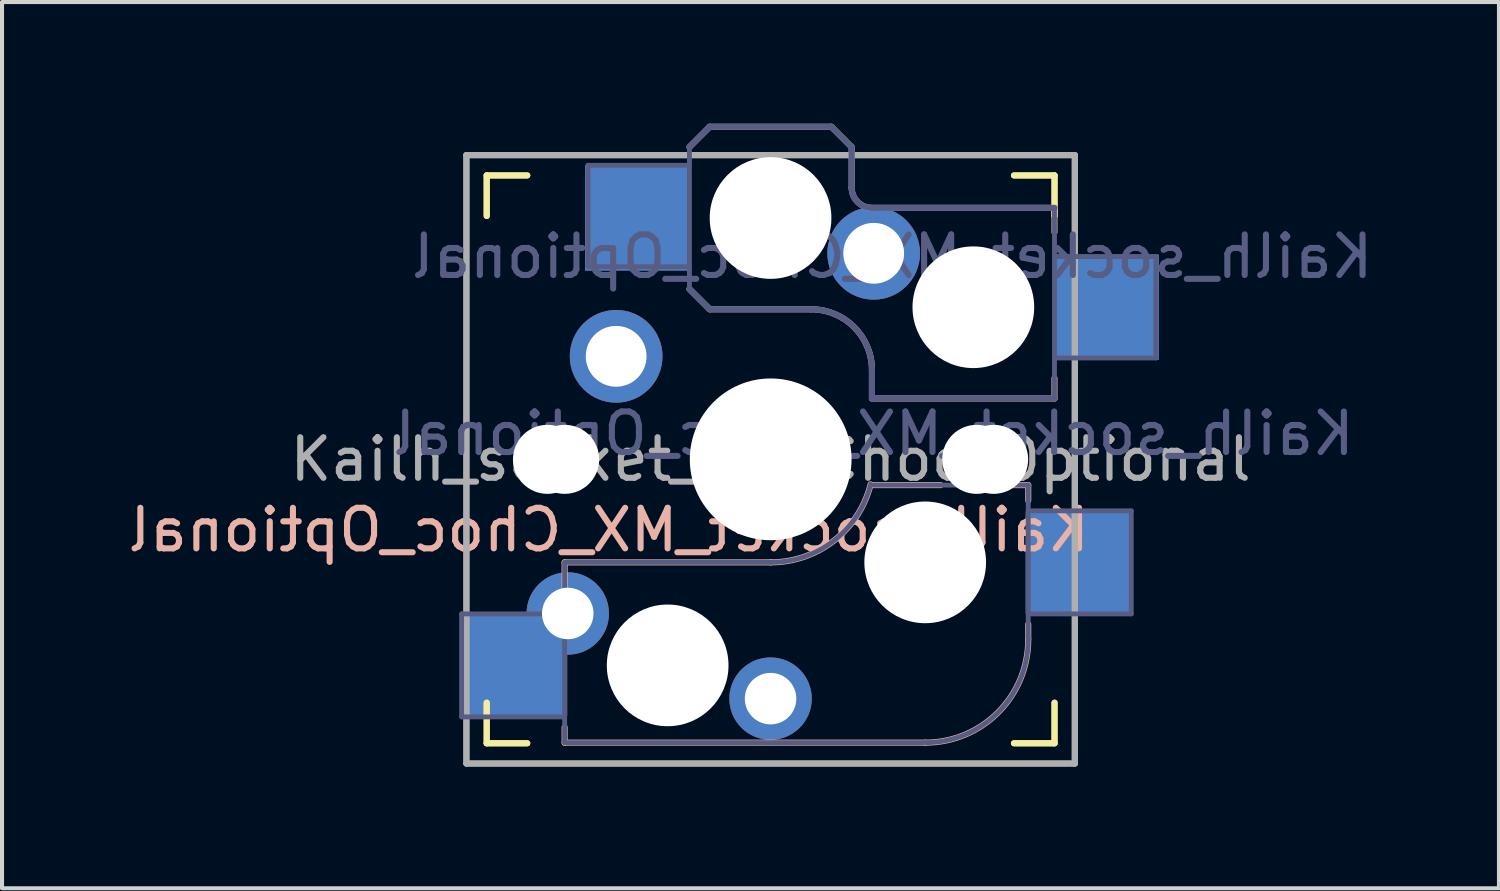
<source format=kicad_pcb>
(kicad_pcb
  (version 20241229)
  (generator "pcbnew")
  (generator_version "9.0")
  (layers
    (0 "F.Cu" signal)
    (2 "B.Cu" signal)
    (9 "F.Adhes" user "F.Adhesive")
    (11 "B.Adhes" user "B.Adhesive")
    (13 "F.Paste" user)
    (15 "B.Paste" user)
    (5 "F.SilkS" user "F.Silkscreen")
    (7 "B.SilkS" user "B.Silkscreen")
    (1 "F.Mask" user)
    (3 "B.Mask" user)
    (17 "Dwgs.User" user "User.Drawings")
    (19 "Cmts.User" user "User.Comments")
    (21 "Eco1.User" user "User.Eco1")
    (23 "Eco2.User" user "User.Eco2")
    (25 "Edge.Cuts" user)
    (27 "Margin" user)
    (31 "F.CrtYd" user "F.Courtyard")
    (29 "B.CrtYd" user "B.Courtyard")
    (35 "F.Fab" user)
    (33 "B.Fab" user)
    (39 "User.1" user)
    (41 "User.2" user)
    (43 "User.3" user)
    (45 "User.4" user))
  (footprint "Kailh_socket_MX_Choc_Optional"
    (layer "F.Cu")
    (at 15.948 8.275)
    (property "Reference" "Kailh_socket_MX_Choc_Optional" (at -3.99 1.74 180) (layer "B.SilkS") (effects (font (size 1 1) (thickness 0.15)) (justify mirror)))
    (property "Value" "Kailh_socket_MX_Choc_Optional" (at 0 8.25 0) (layer "F.Fab") (hide yes) (effects (font (size 1 1) (thickness 0.15))))
    (attr through_hole)
    (fp_line (start -7 -6) (end -7 -7) (stroke (width 0.15) (type solid)) (layer "F.SilkS"))
    (fp_line (start -7 7) (end -7 6) (stroke (width 0.15) (type solid)) (layer "F.SilkS"))
    (fp_line (start -7 7) (end -6 7) (stroke (width 0.15) (type solid)) (layer "F.SilkS"))
    (fp_line (start -6.997 -6) (end -6.997 -7) (stroke (width 0.15) (type solid)) (layer "F.SilkS"))
    (fp_line (start -6.997 7) (end -6.997 6) (stroke (width 0.15) (type solid)) (layer "F.SilkS"))
    (fp_line (start -6.997 7) (end -5.997 7) (stroke (width 0.15) (type solid)) (layer "F.SilkS"))
    (fp_line (start -6 -7) (end -7 -7) (stroke (width 0.15) (type solid)) (layer "F.SilkS"))
    (fp_line (start -5.997 -7) (end -6.997 -7) (stroke (width 0.15) (type solid)) (layer "F.SilkS"))
    (fp_line (start 6 7) (end 7 7) (stroke (width 0.15) (type solid)) (layer "F.SilkS"))
    (fp_line (start 6.003 7) (end 7.003 7) (stroke (width 0.15) (type solid)) (layer "F.SilkS"))
    (fp_line (start 7 -7) (end 6 -7) (stroke (width 0.15) (type solid)) (layer "F.SilkS"))
    (fp_line (start 7 -7) (end 7 -6) (stroke (width 0.15) (type solid)) (layer "F.SilkS"))
    (fp_line (start 7 6) (end 7 7) (stroke (width 0.15) (type solid)) (layer "F.SilkS"))
    (fp_line (start 7.003 -7) (end 6.003 -7) (stroke (width 0.15) (type solid)) (layer "F.SilkS"))
    (fp_line (start 7.003 -7) (end 7.003 -6) (stroke (width 0.15) (type solid)) (layer "F.SilkS"))
    (fp_line (start 7.003 6) (end 7.003 7) (stroke (width 0.15) (type solid)) (layer "F.SilkS"))
    (fp_line (start -5.077 2.54) (end -5.077 3.556) (stroke (width 0.15) (type solid)) (layer "B.SilkS"))
    (fp_line (start -5.077 6.604) (end -5.077 6.985) (stroke (width 0.15) (type solid)) (layer "B.SilkS"))
    (fp_line (start -5.077 6.985) (end 3.813 6.985) (stroke (width 0.15) (type solid)) (layer "B.SilkS"))
    (fp_line (start -2 -7.7) (end -1.5 -8.2) (stroke (width 0.15) (type solid)) (layer "B.SilkS"))
    (fp_line (start -2 -4.2) (end -1.5 -3.7) (stroke (width 0.15) (type solid)) (layer "B.SilkS"))
    (fp_line (start -1.5 -8.2) (end 1.5 -8.2) (stroke (width 0.15) (type solid)) (layer "B.SilkS"))
    (fp_line (start -1.5 -3.7) (end 1 -3.7) (stroke (width 0.15) (type solid)) (layer "B.SilkS"))
    (fp_line (start 0.003 2.54) (end -5.077 2.54) (stroke (width 0.15) (type solid)) (layer "B.SilkS"))
    (fp_line (start 1.5 -8.2) (end 2 -7.7) (stroke (width 0.15) (type solid)) (layer "B.SilkS"))
    (fp_line (start 2 -6.7) (end 2 -7.7) (stroke (width 0.15) (type solid)) (layer "B.SilkS"))
    (fp_line (start 2.5 -2.2) (end 2.5 -1.5) (stroke (width 0.15) (type solid)) (layer "B.SilkS"))
    (fp_line (start 2.5 -1.5) (end 7 -1.5) (stroke (width 0.15) (type solid)) (layer "B.SilkS"))
    (fp_line (start 4.194 0.635) (end 2.543 0.635) (stroke (width 0.15) (type solid)) (layer "B.SilkS"))
    (fp_line (start 6.353 0.635) (end 5.972 0.635) (stroke (width 0.15) (type solid)) (layer "B.SilkS"))
    (fp_line (start 6.353 1.016) (end 6.353 0.635) (stroke (width 0.15) (type solid)) (layer "B.SilkS"))
    (fp_line (start 6.353 4.445) (end 6.353 4.064) (stroke (width 0.15) (type solid)) (layer "B.SilkS"))
    (fp_line (start 7 -6.2) (end 2.5 -6.2) (stroke (width 0.15) (type solid)) (layer "B.SilkS"))
    (fp_line (start 7 -5.6) (end 7 -6.2) (stroke (width 0.15) (type solid)) (layer "B.SilkS"))
    (fp_line (start 7 -1.5) (end 7 -2) (stroke (width 0.15) (type solid)) (layer "B.SilkS"))
    (fp_arc (start 1 -3.7) (mid 2.06066 -3.26066) (end 2.5 -2.2) (stroke (width 0.15) (type solid)) (layer "B.SilkS"))
    (fp_arc (start 2.467162 0.61604) (mid 1.566147 2.002042) (end 0.003 2.54) (stroke (width 0.15) (type solid)) (layer "B.SilkS"))
    (fp_arc (start 2.5 -6.2) (mid 2.146447 -6.346447) (end 2 -6.7) (stroke (width 0.15) (type solid)) (layer "B.SilkS"))
    (fp_arc (start 6.353 4.445) (mid 5.609051 6.241051) (end 3.813 6.985) (stroke (width 0.15) (type solid)) (layer "B.SilkS"))
    (fp_line (start -6.9 6.9) (end -6.9 -6.9) (stroke (width 0.15) (type solid)) (layer "Eco2.User"))
    (fp_line (start -6.9 6.9) (end 6.9 6.9) (stroke (width 0.15) (type solid)) (layer "Eco2.User"))
    (fp_line (start -6.897 6.9) (end -6.897 -6.9) (stroke (width 0.15) (type solid)) (layer "Eco2.User"))
    (fp_line (start -6.897 6.9) (end 6.903 6.9) (stroke (width 0.15) (type solid)) (layer "Eco2.User"))
    (fp_line (start 6.9 -6.9) (end -6.9 -6.9) (stroke (width 0.15) (type solid)) (layer "Eco2.User"))
    (fp_line (start 6.9 -6.9) (end 6.9 6.9) (stroke (width 0.15) (type solid)) (layer "Eco2.User"))
    (fp_line (start 6.903 -6.9) (end -6.897 -6.9) (stroke (width 0.15) (type solid)) (layer "Eco2.User"))
    (fp_line (start 6.903 -6.9) (end 6.903 6.9) (stroke (width 0.15) (type solid)) (layer "Eco2.User"))
    (fp_line (start -7.617 3.81) (end -7.617 6.35) (stroke (width 0.12) (type solid)) (layer "B.Fab"))
    (fp_line (start -7.617 6.35) (end -5.077 6.35) (stroke (width 0.12) (type solid)) (layer "B.Fab"))
    (fp_line (start -5.077 2.54) (end -5.077 6.985) (stroke (width 0.12) (type solid)) (layer "B.Fab"))
    (fp_line (start -5.077 3.81) (end -7.617 3.81) (stroke (width 0.12) (type solid)) (layer "B.Fab"))
    (fp_line (start -5.077 6.985) (end 3.813 6.985) (stroke (width 0.12) (type solid)) (layer "B.Fab"))
    (fp_line (start -4.5 -7.25) (end -2 -7.25) (stroke (width 0.12) (type solid)) (layer "B.Fab"))
    (fp_line (start -4.5 -4.75) (end -4.5 -7.25) (stroke (width 0.12) (type solid)) (layer "B.Fab"))
    (fp_line (start -2 -7.7) (end -1.5 -8.2) (stroke (width 0.15) (type solid)) (layer "B.Fab"))
    (fp_line (start -2 -4.75) (end -4.5 -4.75) (stroke (width 0.12) (type solid)) (layer "B.Fab"))
    (fp_line (start -2 -4.25) (end -2 -7.7) (stroke (width 0.12) (type solid)) (layer "B.Fab"))
    (fp_line (start -2 -4.2) (end -1.5 -3.7) (stroke (width 0.15) (type solid)) (layer "B.Fab"))
    (fp_line (start -1.5 -8.2) (end 1.5 -8.2) (stroke (width 0.15) (type solid)) (layer "B.Fab"))
    (fp_line (start -1.5 -3.7) (end 1 -3.7) (stroke (width 0.15) (type solid)) (layer "B.Fab"))
    (fp_line (start 0.003 2.54) (end -5.077 2.54) (stroke (width 0.12) (type solid)) (layer "B.Fab"))
    (fp_line (start 1.5 -8.2) (end 2 -7.7) (stroke (width 0.15) (type solid)) (layer "B.Fab"))
    (fp_line (start 2 -6.7) (end 2 -7.7) (stroke (width 0.15) (type solid)) (layer "B.Fab"))
    (fp_line (start 2.5 -2.2) (end 2.5 -1.5) (stroke (width 0.15) (type solid)) (layer "B.Fab"))
    (fp_line (start 2.5 -1.5) (end 7 -1.5) (stroke (width 0.15) (type solid)) (layer "B.Fab"))
    (fp_line (start 6.353 0.635) (end 2.543 0.635) (stroke (width 0.12) (type solid)) (layer "B.Fab"))
    (fp_line (start 6.353 3.81) (end 8.893 3.81) (stroke (width 0.12) (type solid)) (layer "B.Fab"))
    (fp_line (start 6.353 4.445) (end 6.353 0.635) (stroke (width 0.12) (type solid)) (layer "B.Fab"))
    (fp_line (start 7 -6.2) (end 2.5 -6.2) (stroke (width 0.15) (type solid)) (layer "B.Fab"))
    (fp_line (start 7 -5) (end 9.5 -5) (stroke (width 0.12) (type solid)) (layer "B.Fab"))
    (fp_line (start 7 -1.5) (end 7 -6.2) (stroke (width 0.12) (type solid)) (layer "B.Fab"))
    (fp_line (start 8.893 1.27) (end 6.353 1.27) (stroke (width 0.12) (type solid)) (layer "B.Fab"))
    (fp_line (start 8.893 3.81) (end 8.893 1.27) (stroke (width 0.12) (type solid)) (layer "B.Fab"))
    (fp_line (start 9.5 -5) (end 9.5 -2.5) (stroke (width 0.12) (type solid)) (layer "B.Fab"))
    (fp_line (start 9.5 -2.5) (end 7 -2.5) (stroke (width 0.12) (type solid)) (layer "B.Fab"))
    (fp_arc (start 1 -3.7) (mid 2.06066 -3.26066) (end 2.5 -2.2) (stroke (width 0.15) (type solid)) (layer "B.Fab"))
    (fp_arc (start 2.467162 0.61604) (mid 1.566147 2.002042) (end 0.003 2.54) (stroke (width 0.12) (type solid)) (layer "B.Fab"))
    (fp_arc (start 2.5 -6.2) (mid 2.146447 -6.346447) (end 2 -6.7) (stroke (width 0.15) (type solid)) (layer "B.Fab"))
    (fp_arc (start 6.353 4.445) (mid 5.609051 6.241051) (end 3.813 6.985) (stroke (width 0.12) (type solid)) (layer "B.Fab"))
    (fp_line (start -7.5 -7.5) (end 7.5 -7.5) (stroke (width 0.15) (type solid)) (layer "F.Fab"))
    (fp_line (start -7.5 7.5) (end -7.5 -7.5) (stroke (width 0.15) (type solid)) (layer "F.Fab"))
    (fp_line (start -7.497 -7.5) (end 7.503 -7.5) (stroke (width 0.15) (type solid)) (layer "F.Fab"))
    (fp_line (start -7.497 7.5) (end -7.497 -7.5) (stroke (width 0.15) (type solid)) (layer "F.Fab"))
    (fp_line (start 7.5 -7.5) (end 7.5 7.5) (stroke (width 0.15) (type solid)) (layer "F.Fab"))
    (fp_line (start 7.5 7.5) (end -7.5 7.5) (stroke (width 0.15) (type solid)) (layer "F.Fab"))
    (fp_line (start 7.503 -7.5) (end 7.503 7.5) (stroke (width 0.15) (type solid)) (layer "F.Fab"))
    (fp_line (start 7.503 7.5) (end -7.497 7.5) (stroke (width 0.15) (type solid)) (layer "F.Fab"))
    (fp_text user "" (at 1.908 5.08 0) (layer "B.Fab") (effects (font (size 1 1) (thickness 0.15)) (justify mirror)))
    (fp_text user "${VALUE}" (at 2.54 -0.635 0) (layer "B.Fab") (effects (font (size 1 1) (thickness 0.15)) (justify mirror)))
    (fp_text user "${REFERENCE}" (at 3 -5 180) (layer "B.Fab") (effects (font (size 1 1) (thickness 0.15)) (justify mirror)))
    (fp_text user "" (at 0.003 0 0) (layer "F.Fab") (effects (font (size 1 1) (thickness 0.15))))
    (fp_text user "${REFERENCE}" (at 0 0 0) (layer "F.Fab") (effects (font (size 1 1) (thickness 0.15))))
    (pad "" np_thru_hole circle (at -5.5 0) (size 1.702 1.702) (drill 1.702) (layers "*.Cu" "*.Mask"))
    (pad "" np_thru_hole circle (at -5.077 0) (size 1.702 1.702) (drill 1.702) (layers "*.Cu" "*.Mask"))
    (pad "" np_thru_hole circle (at -2.537 5.08) (size 3 3) (drill 3) (layers "*.Cu" "*.Mask"))
    (pad "" np_thru_hole circle (at 0 -5.95) (size 3 3) (drill 3) (layers "*.Cu" "*.Mask"))
    (pad "" np_thru_hole circle (at 0 0) (size 3.429 3.429) (drill 3.429) (layers "*.Cu" "*.Mask"))
    (pad "" np_thru_hole circle (at 0.003 0) (size 3.988 3.988) (drill 3.988) (layers "*.Cu" "*.Mask"))
    (pad "" np_thru_hole circle (at 3.813 2.54) (size 3 3) (drill 3) (layers "*.Cu" "*.Mask"))
    (pad "" np_thru_hole circle (at 5 -3.75) (size 3 3) (drill 3) (layers "*.Cu" "*.Mask"))
    (pad "" np_thru_hole circle (at 5.083 0) (size 1.702 1.702) (drill 1.702) (layers "*.Cu" "*.Mask"))
    (pad "" np_thru_hole circle (at 5.5 0) (size 1.702 1.702) (drill 1.702) (layers "*.Cu" "*.Mask"))
    (pad "1" smd rect (at -6.287 5.08) (size 2.55 2.5) (layers "B.Cu" "B.Mask" "B.Paste"))
    (pad "1" thru_hole circle (at -5 3.8) (size 2.032 2.032) (drill 1.27) (layers "*.Cu" "*.Mask"))
    (pad "1" thru_hole circle (at -3.807 -2.54) (size 2.286 2.286) (drill 1.499) (layers "*.Cu" "*.Mask"))
    (pad "1" smd rect (at -3.275 -5.95) (size 2.6 2.6) (layers "B.Cu" "B.Mask" "B.Paste"))
    (pad "2" thru_hole circle (at 0 5.9) (size 2.032 2.032) (drill 1.27) (layers "*.Cu" "*.Mask"))
    (pad "2" thru_hole circle (at 2.543 -5.08) (size 2.286 2.286) (drill 1.499) (layers "*.Cu" "*.Mask"))
    (pad "2" smd rect (at 7.563 2.54) (size 2.55 2.5) (layers "B.Cu" "B.Mask" "B.Paste"))
    (pad "2" smd rect (at 8.275 -3.75) (size 2.6 2.6) (layers "B.Cu" "B.Mask" "B.Paste")))
  (gr_rect
    (start -3 -3)
    (end 33.907 18.85)
    (stroke (width 0.1) (type default))
    (fill no)
    (layer "Edge.Cuts")))
</source>
